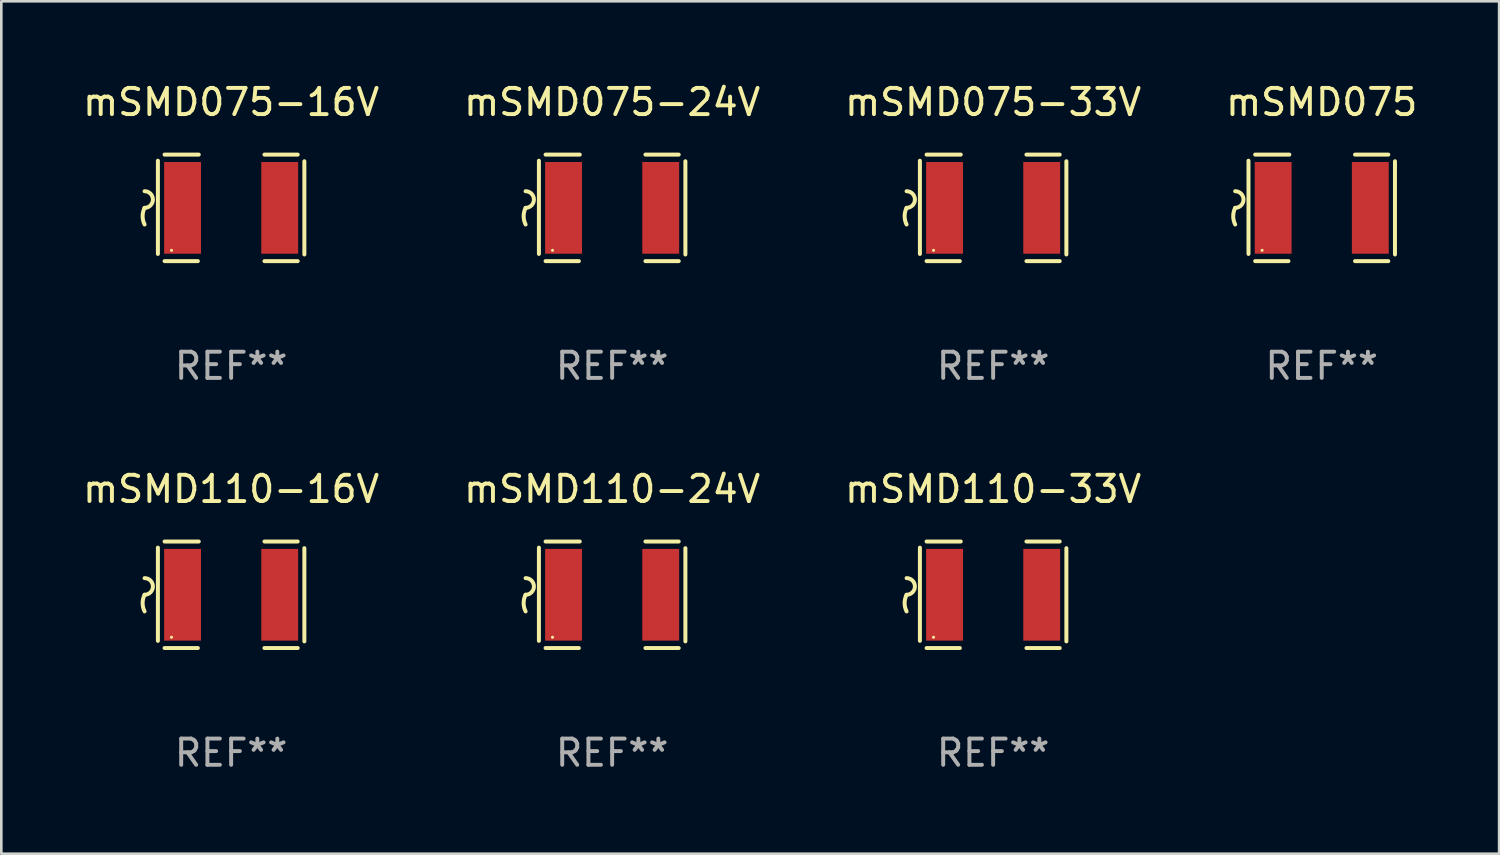
<source format=kicad_pcb>
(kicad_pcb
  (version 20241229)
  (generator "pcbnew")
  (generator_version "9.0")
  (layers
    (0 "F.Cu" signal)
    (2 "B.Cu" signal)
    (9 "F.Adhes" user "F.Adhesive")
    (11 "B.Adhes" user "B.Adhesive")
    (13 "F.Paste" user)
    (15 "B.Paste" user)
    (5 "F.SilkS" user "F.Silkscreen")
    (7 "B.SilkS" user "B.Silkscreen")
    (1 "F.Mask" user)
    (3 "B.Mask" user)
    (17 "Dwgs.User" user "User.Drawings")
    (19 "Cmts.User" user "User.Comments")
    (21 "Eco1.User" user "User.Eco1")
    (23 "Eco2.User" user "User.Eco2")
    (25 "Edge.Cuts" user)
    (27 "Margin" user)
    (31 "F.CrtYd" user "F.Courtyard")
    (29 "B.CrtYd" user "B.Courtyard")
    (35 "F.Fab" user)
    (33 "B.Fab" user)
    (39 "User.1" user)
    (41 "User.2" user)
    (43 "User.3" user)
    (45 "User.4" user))
  (footprint "mSMD075"
    (layer "F.Cu")
    (at 47.375 4.88)
    (property "Reference" "mSMD075" (at 0 -4.032 0) (layer "F.SilkS") (effects (font (size 1 1) (thickness 0.15))))
    (attr through_hole)
    (fp_line (start -2.794 -1.798) (end -2.794 1.758) (stroke (width 0.152) (type solid)) (layer "F.SilkS"))
    (fp_line (start -2.54 -2.032) (end -1.235 -2.032) (stroke (width 0.152) (type solid)) (layer "F.SilkS"))
    (fp_line (start -1.27 2.032) (end -2.54 2.032) (stroke (width 0.152) (type solid)) (layer "F.SilkS"))
    (fp_line (start 1.27 2.032) (end 2.54 2.032) (stroke (width 0.152) (type solid)) (layer "F.SilkS"))
    (fp_line (start 2.54 -2.032) (end 1.27 -2.032) (stroke (width 0.152) (type solid)) (layer "F.SilkS"))
    (fp_line (start 2.794 -1.778) (end 2.794 1.778) (stroke (width 0.152) (type solid)) (layer "F.SilkS"))
    (fp_arc (start -3.302007 -0.635002) (mid -2.984506 -0.317501) (end -3.302007 0) (stroke (width 0.151994) (type solid)) (layer "F.SilkS"))
    (fp_arc (start -3.302007 0.635002) (mid -3.376959 0.317501) (end -3.302007 0) (stroke (width 0.151994) (type solid)) (layer "F.SilkS"))
    (fp_circle (center -2.275 1.62) (end -2.245 1.62) (stroke (width 0.06) (type solid)) (fill no) (layer "F.SilkS"))
    (fp_text user "REF**" (at 0 6.032 0) (layer "F.Fab") (effects (font (size 1 1) (thickness 0.15))))
    (pad "1" smd rect (at -1.853 0) (size 1.407 3.499) (layers "F.Cu" "F.Mask" "F.Paste"))
    (pad "2" smd rect (at 1.853 0) (size 1.407 3.499) (layers "F.Cu" "F.Mask" "F.Paste")))
  (footprint "mSMD110-33V"
    (layer "F.Cu")
    (at 34.839 19.641)
    (property "Reference" "mSMD110-33V" (at 0 -4.032 0) (layer "F.SilkS") (effects (font (size 1 1) (thickness 0.15))))
    (attr through_hole)
    (fp_line (start -2.794 -1.798) (end -2.794 1.758) (stroke (width 0.152) (type solid)) (layer "F.SilkS"))
    (fp_line (start -2.54 -2.032) (end -1.235 -2.032) (stroke (width 0.152) (type solid)) (layer "F.SilkS"))
    (fp_line (start -1.27 2.032) (end -2.54 2.032) (stroke (width 0.152) (type solid)) (layer "F.SilkS"))
    (fp_line (start 1.27 2.032) (end 2.54 2.032) (stroke (width 0.152) (type solid)) (layer "F.SilkS"))
    (fp_line (start 2.54 -2.032) (end 1.27 -2.032) (stroke (width 0.152) (type solid)) (layer "F.SilkS"))
    (fp_line (start 2.794 -1.778) (end 2.794 1.778) (stroke (width 0.152) (type solid)) (layer "F.SilkS"))
    (fp_arc (start -3.302007 -0.635002) (mid -2.984506 -0.317501) (end -3.302007 0) (stroke (width 0.151994) (type solid)) (layer "F.SilkS"))
    (fp_arc (start -3.302007 0.635002) (mid -3.376959 0.317501) (end -3.302007 0) (stroke (width 0.151994) (type solid)) (layer "F.SilkS"))
    (fp_circle (center -2.275 1.62) (end -2.245 1.62) (stroke (width 0.06) (type solid)) (fill no) (layer "F.SilkS"))
    (fp_text user "REF**" (at 0 6.032 0) (layer "F.Fab") (effects (font (size 1 1) (thickness 0.15))))
    (pad "1" smd rect (at -1.853 0) (size 1.407 3.499) (layers "F.Cu" "F.Mask" "F.Paste"))
    (pad "2" smd rect (at 1.853 0) (size 1.407 3.499) (layers "F.Cu" "F.Mask" "F.Paste")))
  (footprint "mSMD075-24V"
    (layer "F.Cu")
    (at 20.304 4.88)
    (property "Reference" "mSMD075-24V" (at 0 -4.032 0) (layer "F.SilkS") (effects (font (size 1 1) (thickness 0.15))))
    (attr through_hole)
    (fp_line (start -2.794 -1.798) (end -2.794 1.758) (stroke (width 0.152) (type solid)) (layer "F.SilkS"))
    (fp_line (start -2.54 -2.032) (end -1.235 -2.032) (stroke (width 0.152) (type solid)) (layer "F.SilkS"))
    (fp_line (start -1.27 2.032) (end -2.54 2.032) (stroke (width 0.152) (type solid)) (layer "F.SilkS"))
    (fp_line (start 1.27 2.032) (end 2.54 2.032) (stroke (width 0.152) (type solid)) (layer "F.SilkS"))
    (fp_line (start 2.54 -2.032) (end 1.27 -2.032) (stroke (width 0.152) (type solid)) (layer "F.SilkS"))
    (fp_line (start 2.794 -1.778) (end 2.794 1.778) (stroke (width 0.152) (type solid)) (layer "F.SilkS"))
    (fp_arc (start -3.302007 -0.635002) (mid -2.984506 -0.317501) (end -3.302007 0) (stroke (width 0.151994) (type solid)) (layer "F.SilkS"))
    (fp_arc (start -3.302007 0.635002) (mid -3.376959 0.317501) (end -3.302007 0) (stroke (width 0.151994) (type solid)) (layer "F.SilkS"))
    (fp_circle (center -2.275 1.62) (end -2.245 1.62) (stroke (width 0.06) (type solid)) (fill no) (layer "F.SilkS"))
    (fp_text user "REF**" (at 0 6.032 0) (layer "F.Fab") (effects (font (size 1 1) (thickness 0.15))))
    (pad "1" smd rect (at -1.853 0) (size 1.407 3.499) (layers "F.Cu" "F.Mask" "F.Paste"))
    (pad "2" smd rect (at 1.853 0) (size 1.407 3.499) (layers "F.Cu" "F.Mask" "F.Paste")))
  (footprint "mSMD110-24V"
    (layer "F.Cu")
    (at 20.304 19.641)
    (property "Reference" "mSMD110-24V" (at 0 -4.032 0) (layer "F.SilkS") (effects (font (size 1 1) (thickness 0.15))))
    (attr through_hole)
    (fp_line (start -2.794 -1.798) (end -2.794 1.758) (stroke (width 0.152) (type solid)) (layer "F.SilkS"))
    (fp_line (start -2.54 -2.032) (end -1.235 -2.032) (stroke (width 0.152) (type solid)) (layer "F.SilkS"))
    (fp_line (start -1.27 2.032) (end -2.54 2.032) (stroke (width 0.152) (type solid)) (layer "F.SilkS"))
    (fp_line (start 1.27 2.032) (end 2.54 2.032) (stroke (width 0.152) (type solid)) (layer "F.SilkS"))
    (fp_line (start 2.54 -2.032) (end 1.27 -2.032) (stroke (width 0.152) (type solid)) (layer "F.SilkS"))
    (fp_line (start 2.794 -1.778) (end 2.794 1.778) (stroke (width 0.152) (type solid)) (layer "F.SilkS"))
    (fp_arc (start -3.302007 -0.635002) (mid -2.984506 -0.317501) (end -3.302007 0) (stroke (width 0.151994) (type solid)) (layer "F.SilkS"))
    (fp_arc (start -3.302007 0.635002) (mid -3.376959 0.317501) (end -3.302007 0) (stroke (width 0.151994) (type solid)) (layer "F.SilkS"))
    (fp_circle (center -2.275 1.62) (end -2.245 1.62) (stroke (width 0.06) (type solid)) (fill no) (layer "F.SilkS"))
    (fp_text user "REF**" (at 0 6.032 0) (layer "F.Fab") (effects (font (size 1 1) (thickness 0.15))))
    (pad "1" smd rect (at -1.853 0) (size 1.407 3.499) (layers "F.Cu" "F.Mask" "F.Paste"))
    (pad "2" smd rect (at 1.853 0) (size 1.407 3.499) (layers "F.Cu" "F.Mask" "F.Paste")))
  (footprint "mSMD075-16V"
    (layer "F.Cu")
    (at 5.768 4.88)
    (property "Reference" "mSMD075-16V" (at 0 -4.032 0) (layer "F.SilkS") (effects (font (size 1 1) (thickness 0.15))))
    (attr through_hole)
    (fp_line (start -2.794 -1.798) (end -2.794 1.758) (stroke (width 0.152) (type solid)) (layer "F.SilkS"))
    (fp_line (start -2.54 -2.032) (end -1.235 -2.032) (stroke (width 0.152) (type solid)) (layer "F.SilkS"))
    (fp_line (start -1.27 2.032) (end -2.54 2.032) (stroke (width 0.152) (type solid)) (layer "F.SilkS"))
    (fp_line (start 1.27 2.032) (end 2.54 2.032) (stroke (width 0.152) (type solid)) (layer "F.SilkS"))
    (fp_line (start 2.54 -2.032) (end 1.27 -2.032) (stroke (width 0.152) (type solid)) (layer "F.SilkS"))
    (fp_line (start 2.794 -1.778) (end 2.794 1.778) (stroke (width 0.152) (type solid)) (layer "F.SilkS"))
    (fp_arc (start -3.302007 -0.635002) (mid -2.984506 -0.317501) (end -3.302007 0) (stroke (width 0.151994) (type solid)) (layer "F.SilkS"))
    (fp_arc (start -3.302007 0.635002) (mid -3.376959 0.317501) (end -3.302007 0) (stroke (width 0.151994) (type solid)) (layer "F.SilkS"))
    (fp_circle (center -2.275 1.62) (end -2.245 1.62) (stroke (width 0.06) (type solid)) (fill no) (layer "F.SilkS"))
    (fp_text user "REF**" (at 0 6.032 0) (layer "F.Fab") (effects (font (size 1 1) (thickness 0.15))))
    (pad "1" smd rect (at -1.853 0) (size 1.407 3.499) (layers "F.Cu" "F.Mask" "F.Paste"))
    (pad "2" smd rect (at 1.853 0) (size 1.407 3.499) (layers "F.Cu" "F.Mask" "F.Paste")))
  (footprint "mSMD075-33V"
    (layer "F.Cu")
    (at 34.839 4.88)
    (property "Reference" "mSMD075-33V" (at 0 -4.032 0) (layer "F.SilkS") (effects (font (size 1 1) (thickness 0.15))))
    (attr through_hole)
    (fp_line (start -2.794 -1.798) (end -2.794 1.758) (stroke (width 0.152) (type solid)) (layer "F.SilkS"))
    (fp_line (start -2.54 -2.032) (end -1.235 -2.032) (stroke (width 0.152) (type solid)) (layer "F.SilkS"))
    (fp_line (start -1.27 2.032) (end -2.54 2.032) (stroke (width 0.152) (type solid)) (layer "F.SilkS"))
    (fp_line (start 1.27 2.032) (end 2.54 2.032) (stroke (width 0.152) (type solid)) (layer "F.SilkS"))
    (fp_line (start 2.54 -2.032) (end 1.27 -2.032) (stroke (width 0.152) (type solid)) (layer "F.SilkS"))
    (fp_line (start 2.794 -1.778) (end 2.794 1.778) (stroke (width 0.152) (type solid)) (layer "F.SilkS"))
    (fp_arc (start -3.302007 -0.635002) (mid -2.984506 -0.317501) (end -3.302007 0) (stroke (width 0.151994) (type solid)) (layer "F.SilkS"))
    (fp_arc (start -3.302007 0.635002) (mid -3.376959 0.317501) (end -3.302007 0) (stroke (width 0.151994) (type solid)) (layer "F.SilkS"))
    (fp_circle (center -2.275 1.62) (end -2.245 1.62) (stroke (width 0.06) (type solid)) (fill no) (layer "F.SilkS"))
    (fp_text user "REF**" (at 0 6.032 0) (layer "F.Fab") (effects (font (size 1 1) (thickness 0.15))))
    (pad "1" smd rect (at -1.853 0) (size 1.407 3.499) (layers "F.Cu" "F.Mask" "F.Paste"))
    (pad "2" smd rect (at 1.853 0) (size 1.407 3.499) (layers "F.Cu" "F.Mask" "F.Paste")))
  (footprint "mSMD110-16V"
    (layer "F.Cu")
    (at 5.768 19.641)
    (property "Reference" "mSMD110-16V" (at 0 -4.032 0) (layer "F.SilkS") (effects (font (size 1 1) (thickness 0.15))))
    (attr through_hole)
    (fp_line (start -2.794 -1.798) (end -2.794 1.758) (stroke (width 0.152) (type solid)) (layer "F.SilkS"))
    (fp_line (start -2.54 -2.032) (end -1.235 -2.032) (stroke (width 0.152) (type solid)) (layer "F.SilkS"))
    (fp_line (start -1.27 2.032) (end -2.54 2.032) (stroke (width 0.152) (type solid)) (layer "F.SilkS"))
    (fp_line (start 1.27 2.032) (end 2.54 2.032) (stroke (width 0.152) (type solid)) (layer "F.SilkS"))
    (fp_line (start 2.54 -2.032) (end 1.27 -2.032) (stroke (width 0.152) (type solid)) (layer "F.SilkS"))
    (fp_line (start 2.794 -1.778) (end 2.794 1.778) (stroke (width 0.152) (type solid)) (layer "F.SilkS"))
    (fp_arc (start -3.302007 -0.635002) (mid -2.984506 -0.317501) (end -3.302007 0) (stroke (width 0.151994) (type solid)) (layer "F.SilkS"))
    (fp_arc (start -3.302007 0.635002) (mid -3.376959 0.317501) (end -3.302007 0) (stroke (width 0.151994) (type solid)) (layer "F.SilkS"))
    (fp_circle (center -2.275 1.62) (end -2.245 1.62) (stroke (width 0.06) (type solid)) (fill no) (layer "F.SilkS"))
    (fp_text user "REF**" (at 0 6.032 0) (layer "F.Fab") (effects (font (size 1 1) (thickness 0.15))))
    (pad "1" smd rect (at -1.853 0) (size 1.407 3.499) (layers "F.Cu" "F.Mask" "F.Paste"))
    (pad "2" smd rect (at 1.853 0) (size 1.407 3.499) (layers "F.Cu" "F.Mask" "F.Paste")))
  (gr_rect
    (start -3 -3)
    (end 54.143 29.521)
    (stroke (width 0.1) (type default))
    (fill no)
    (layer "Edge.Cuts")))
</source>
